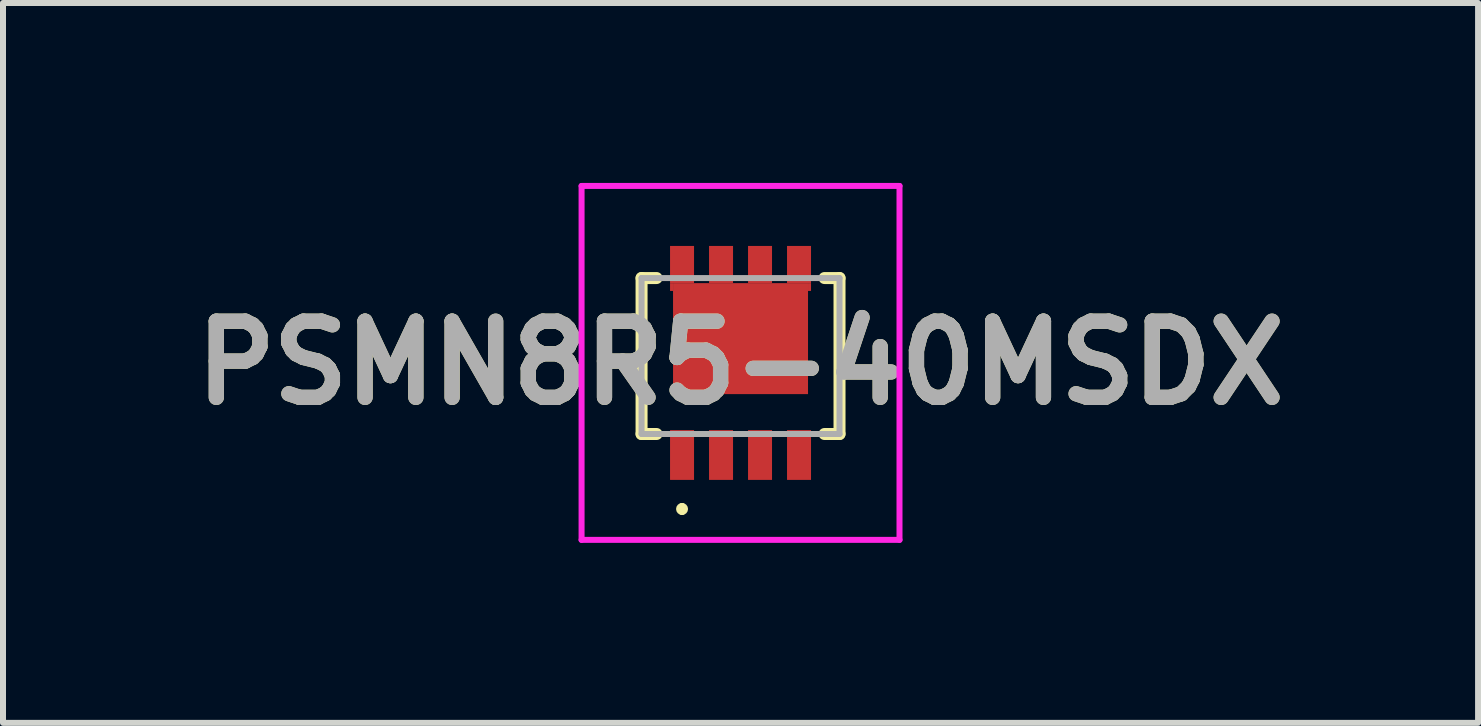
<source format=kicad_pcb>
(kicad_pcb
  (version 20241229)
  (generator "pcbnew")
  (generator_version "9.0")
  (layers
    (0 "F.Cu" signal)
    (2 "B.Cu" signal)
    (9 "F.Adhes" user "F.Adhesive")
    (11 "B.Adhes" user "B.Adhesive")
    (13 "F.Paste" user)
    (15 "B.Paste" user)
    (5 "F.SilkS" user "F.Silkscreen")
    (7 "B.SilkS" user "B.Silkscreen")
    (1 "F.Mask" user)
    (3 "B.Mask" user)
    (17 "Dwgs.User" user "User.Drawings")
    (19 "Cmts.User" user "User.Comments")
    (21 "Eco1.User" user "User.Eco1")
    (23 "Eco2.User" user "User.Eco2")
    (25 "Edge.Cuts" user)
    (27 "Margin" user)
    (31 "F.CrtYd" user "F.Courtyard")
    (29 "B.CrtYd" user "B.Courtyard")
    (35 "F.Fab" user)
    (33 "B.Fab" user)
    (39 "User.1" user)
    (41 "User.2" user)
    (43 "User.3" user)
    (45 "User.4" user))
  (footprint "PSMN8R5-40MSDX"
    (layer "F.Cu")
    (at 9.295 2.885)
    (property "Reference" "PSMN8R5-40MSDX" (at 0 0.115 0) (layer "F.SilkS") (effects (font (size 1.27 1.27) (thickness 0.254))))
    (attr smd)
    (fp_line (start -1.65 -1.3) (end -1.65 1.3) (stroke (width 0.2) (type solid)) (layer "F.SilkS"))
    (fp_line (start -1.65 1.3) (end -1.4 1.3) (stroke (width 0.2) (type solid)) (layer "F.SilkS"))
    (fp_line (start -1.4 -1.3) (end -1.65 -1.3) (stroke (width 0.2) (type solid)) (layer "F.SilkS"))
    (fp_line (start -0.975 2.5) (end -0.975 2.5) (stroke (width 0.1) (type solid)) (layer "F.SilkS"))
    (fp_line (start -0.975 2.6) (end -0.975 2.6) (stroke (width 0.1) (type solid)) (layer "F.SilkS"))
    (fp_line (start 1.4 1.3) (end 1.65 1.3) (stroke (width 0.2) (type solid)) (layer "F.SilkS"))
    (fp_line (start 1.65 -1.3) (end 1.4 -1.3) (stroke (width 0.2) (type solid)) (layer "F.SilkS"))
    (fp_line (start 1.65 1.3) (end 1.65 -1.3) (stroke (width 0.2) (type solid)) (layer "F.SilkS"))
    (fp_arc (start -0.975 2.5) (mid -0.925 2.55) (end -0.975 2.6) (stroke (width 0.1) (type solid)) (layer "F.SilkS"))
    (fp_arc (start -0.975 2.6) (mid -1.025 2.55) (end -0.975 2.5) (stroke (width 0.1) (type solid)) (layer "F.SilkS"))
    (fp_line (start -2.65 -2.835) (end 2.65 -2.835) (stroke (width 0.1) (type solid)) (layer "F.CrtYd"))
    (fp_line (start -2.65 3.065) (end -2.65 -2.835) (stroke (width 0.1) (type solid)) (layer "F.CrtYd"))
    (fp_line (start 2.65 -2.835) (end 2.65 3.065) (stroke (width 0.1) (type solid)) (layer "F.CrtYd"))
    (fp_line (start 2.65 3.065) (end -2.65 3.065) (stroke (width 0.1) (type solid)) (layer "F.CrtYd"))
    (fp_line (start -1.65 -1.3) (end 1.65 -1.3) (stroke (width 0.1) (type solid)) (layer "F.Fab"))
    (fp_line (start -1.65 1.3) (end -1.65 -1.3) (stroke (width 0.1) (type solid)) (layer "F.Fab"))
    (fp_line (start 1.65 -1.3) (end 1.65 1.3) (stroke (width 0.1) (type solid)) (layer "F.Fab"))
    (fp_line (start 1.65 1.3) (end -1.65 1.3) (stroke (width 0.1) (type solid)) (layer "F.Fab"))
    (fp_text user "${REFERENCE}" (at 0 0.115 0) (layer "F.Fab") (effects (font (size 1.27 1.27) (thickness 0.254))))
    (pad "1" smd rect (at -0.975 1.65) (size 0.4 0.83) (layers "F.Cu" "F.Mask" "F.Paste"))
    (pad "2" smd rect (at -0.325 1.65) (size 0.4 0.83) (layers "F.Cu" "F.Mask" "F.Paste"))
    (pad "3" smd rect (at 0.325 1.65) (size 0.4 0.83) (layers "F.Cu" "F.Mask" "F.Paste"))
    (pad "4" smd rect (at 0.975 1.65) (size 0.4 0.83) (layers "F.Cu" "F.Mask" "F.Paste"))
    (pad "5" smd rect (at 0.975 -1.525) (size 0.4 0.62) (layers "F.Cu" "F.Mask" "F.Paste"))
    (pad "6" smd rect (at 0.325 -1.525) (size 0.4 0.62) (layers "F.Cu" "F.Mask" "F.Paste"))
    (pad "7" smd rect (at -0.325 -1.525) (size 0.4 0.62) (layers "F.Cu" "F.Mask" "F.Paste"))
    (pad "8" smd rect (at -0.975 -1.525) (size 0.4 0.62) (layers "F.Cu" "F.Mask" "F.Paste"))
    (pad "9" smd rect (at 0 -0.29 90) (size 1.85 2.25) (layers "F.Cu" "F.Mask" "F.Paste"))
    (pad "10" smd rect (at 1.15 -1.15) (size 0.05 0.13) (layers "F.Cu" "F.Mask" "F.Paste"))
    (pad "11" smd rect (at -1.15 -1.15) (size 0.05 0.13) (layers "F.Cu" "F.Mask" "F.Paste")))
  (gr_rect
    (start -3 -3)
    (end 21.59 9)
    (stroke (width 0.1) (type default))
    (fill no)
    (layer "Edge.Cuts")))
</source>
